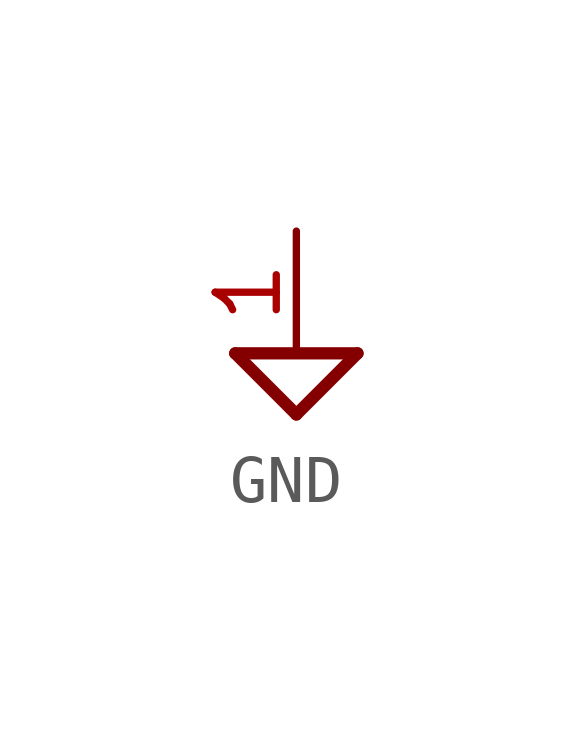
<source format=kicad_sym>
(kicad_symbol_lib
  (version 20211014)
  (generator kicad_symbol_editor)
  (symbol "GND"
    (power)
    (property "Reference" "#SUPPLY"
      (at 0 0 0)
      (effects (font (size 1.27 1.27)) hide))
    (property "ki_locked" ""
      (at 0 0 0)
      (effects (font (size 1.27 1.27))))
    (symbol "GND_1_0"
      (polyline (pts (xy -1.27 0.635) (xy 1.27 0.635)) (stroke (width 0.254) (type default) (color 0 0 0 0)) (fill (type none)))
      (polyline (pts (xy 0 -0.635) (xy -1.27 0.635)) (stroke (width 0.254) (type default) (color 0 0 0 0)) (fill (type none)))
      (polyline (pts (xy 1.27 0.635) (xy 0 -0.635)) (stroke (width 0.254) (type default) (color 0 0 0 0)) (fill (type none)))
      (pin power_in line (at 0 3.175 270) (length 2.54) (name "GND" (effects (font (size 0 0)))) (number "1" (effects (font (size 1.27 1.27))))))))
</source>
